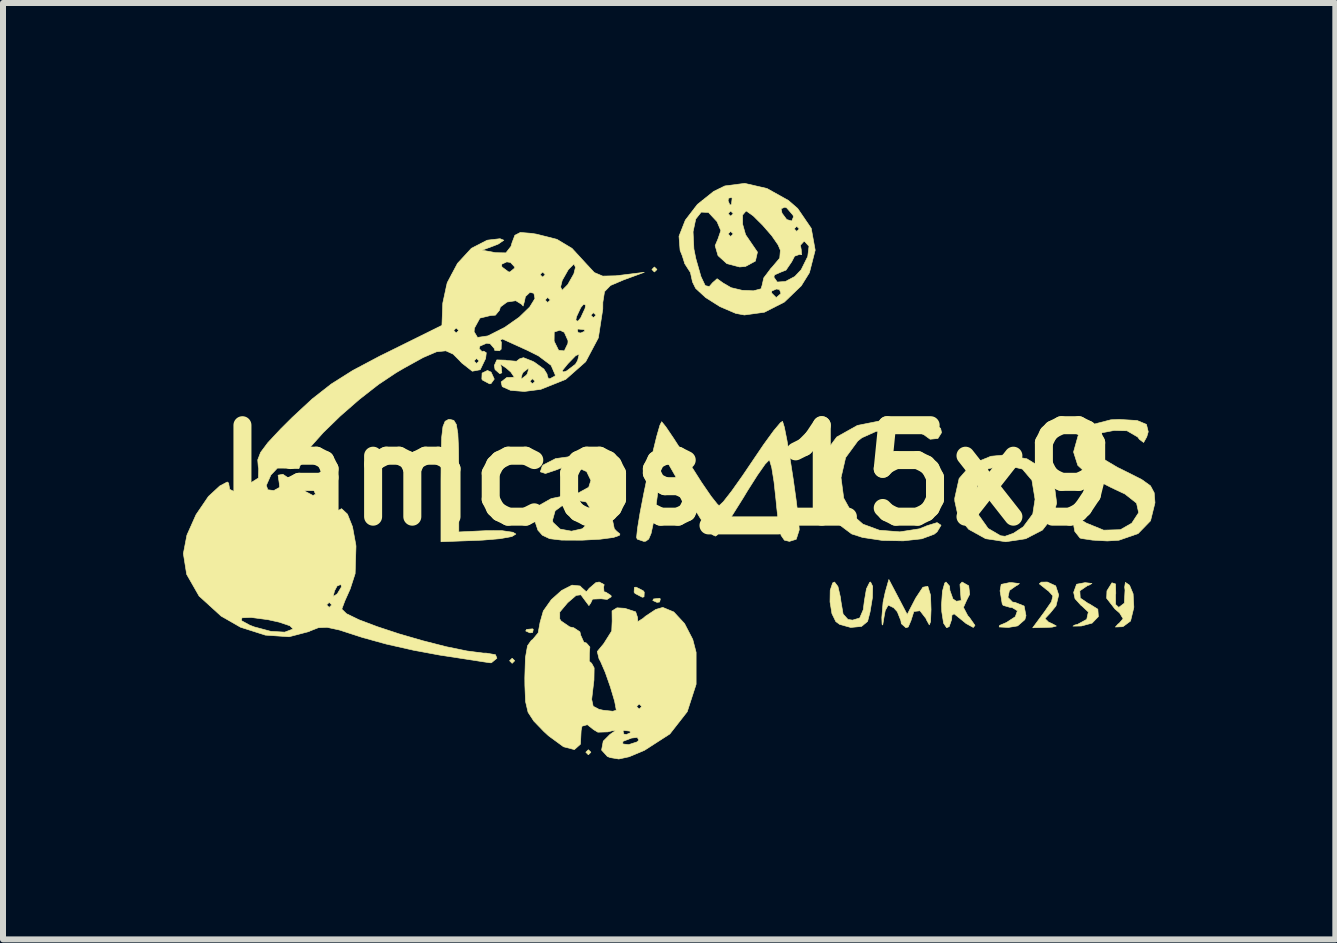
<source format=kicad_pcb>
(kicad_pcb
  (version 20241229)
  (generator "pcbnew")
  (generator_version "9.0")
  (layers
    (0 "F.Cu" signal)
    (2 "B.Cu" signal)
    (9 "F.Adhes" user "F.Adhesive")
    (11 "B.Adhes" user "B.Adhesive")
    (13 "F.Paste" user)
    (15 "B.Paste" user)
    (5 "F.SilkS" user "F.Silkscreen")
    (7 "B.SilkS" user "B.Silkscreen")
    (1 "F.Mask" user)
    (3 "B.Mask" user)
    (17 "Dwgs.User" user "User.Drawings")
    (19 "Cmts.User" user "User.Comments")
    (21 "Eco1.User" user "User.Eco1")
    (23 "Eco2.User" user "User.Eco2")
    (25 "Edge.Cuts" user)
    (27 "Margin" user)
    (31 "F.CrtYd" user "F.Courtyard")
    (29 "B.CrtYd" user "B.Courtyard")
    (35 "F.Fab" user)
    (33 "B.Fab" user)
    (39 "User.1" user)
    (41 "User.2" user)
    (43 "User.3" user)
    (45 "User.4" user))
  (footprint "lamcos_15x9"
    (layer "F.Cu")
    (at 8.065 4.869)
    (property "Reference" "lamcos_15x9" (at 0 0 0) (layer "F.SilkS") (effects (font (size 1.524 1.524) (thickness 0.3))))
    (attr through_hole)
    (fp_poly (pts (xy -6.943 -0.042) (xy -6.985 0) (xy -7.027 -0.042) (xy -6.985 -0.085) (xy -6.943 -0.042)) (stroke (width 0.01) (type solid)) (fill yes) (layer "F.SilkS"))
    (fp_poly (pts (xy -2.54 3.09) (xy -2.582 3.133) (xy -2.625 3.09) (xy -2.582 3.048) (xy -2.54 3.09)) (stroke (width 0.01) (type solid)) (fill yes) (layer "F.SilkS"))
    (fp_poly (pts (xy -1.27 4.614) (xy -1.312 4.657) (xy -1.355 4.614) (xy -1.312 4.572) (xy -1.27 4.614)) (stroke (width 0.01) (type solid)) (fill yes) (layer "F.SilkS"))
    (fp_poly (pts (xy -0.169 -3.429) (xy -0.212 -3.387) (xy -0.254 -3.429) (xy -0.212 -3.471) (xy -0.169 -3.429)) (stroke (width 0.01) (type solid)) (fill yes) (layer "F.SilkS"))
    (fp_poly (pts (xy -2.23 2.568) (xy -2.241 2.619) (xy -2.286 2.625) (xy -2.356 2.594) (xy -2.342 2.568) (xy -2.242 2.558) (xy -2.23 2.568)) (stroke (width 0.01) (type solid)) (fill yes) (layer "F.SilkS"))
    (fp_poly (pts (xy -0.113 2.06) (xy -0.125 2.111) (xy -0.169 2.117) (xy -0.239 2.086) (xy -0.226 2.06) (xy -0.125 2.05) (xy -0.113 2.06)) (stroke (width 0.01) (type solid)) (fill yes) (layer "F.SilkS"))
    (fp_poly (pts (xy -2.933 -1.719) (xy -2.88 -1.603) (xy -2.935 -1.527) (xy -2.958 -1.524) (xy -3.074 -1.585) (xy -3.087 -1.603) (xy -3.083 -1.703) (xy -2.993 -1.747) (xy -2.933 -1.719)) (stroke (width 0.01) (type solid)) (fill yes) (layer "F.SilkS"))
    (fp_poly (pts (xy -0.398 1.924) (xy -0.381 1.947) (xy -0.385 2.025) (xy -0.413 2.032) (xy -0.533 1.97) (xy -0.55 1.947) (xy -0.546 1.869) (xy -0.518 1.863) (xy -0.398 1.924)) (stroke (width 0.01) (type solid)) (fill yes) (layer "F.SilkS"))
    (fp_poly (pts (xy 6.474 1.842) (xy 6.524 1.994) (xy 6.479 2.176) (xy 6.384 2.293) (xy 6.296 2.387) (xy 6.355 2.446) (xy 6.405 2.467) (xy 6.485 2.511) (xy 6.415 2.53) (xy 6.326 2.534) (xy 6.091 2.54) (xy 6.284 2.279) (xy 6.404 2.106) (xy 6.427 2.009) (xy 6.356 1.93) (xy 6.313 1.898) (xy 6.201 1.808) (xy 6.234 1.78) (xy 6.334 1.778) (xy 6.474 1.842)) (stroke (width 0.01) (type solid)) (fill yes) (layer "F.SilkS"))
    (fp_poly (pts (xy 7.078 1.802) (xy 7.03 1.83) (xy 7.006 1.836) (xy 6.876 1.925) (xy 6.883 2.045) (xy 7.021 2.139) (xy 7.035 2.143) (xy 7.176 2.231) (xy 7.185 2.354) (xy 7.08 2.463) (xy 6.9 2.511) (xy 6.762 2.513) (xy 6.793 2.494) (xy 6.837 2.484) (xy 6.991 2.4) (xy 7.018 2.278) (xy 6.907 2.174) (xy 6.9 2.171) (xy 6.796 2.056) (xy 6.773 1.95) (xy 6.822 1.815) (xy 6.964 1.788) (xy 7.078 1.802)) (stroke (width 0.01) (type solid)) (fill yes) (layer "F.SilkS"))
    (fp_poly (pts (xy -3.554 -0.915) (xy -3.512 -0.847) (xy -3.487 -0.698) (xy -3.475 -0.44) (xy -3.471 -0.044) (xy -3.471 0.006) (xy -3.471 0.944) (xy -3.006 0.922) (xy -2.747 0.923) (xy -2.569 0.949) (xy -2.52 0.979) (xy -2.586 1.02) (xy -2.783 1.056) (xy -3.07 1.08) (xy -3.133 1.083) (xy -3.768 1.107) (xy -3.768 0.088) (xy -3.765 -0.344) (xy -3.756 -0.635) (xy -3.735 -0.811) (xy -3.699 -0.9) (xy -3.644 -0.93) (xy -3.619 -0.931) (xy -3.554 -0.915)) (stroke (width 0.01) (type solid)) (fill yes) (layer "F.SilkS"))
    (fp_poly (pts (xy 3.425 1.851) (xy 3.421 2.035) (xy 3.381 2.277) (xy 3.34 2.434) (xy 3.239 2.518) (xy 3.059 2.535) (xy 2.876 2.485) (xy 2.811 2.438) (xy 2.746 2.305) (xy 2.714 2.109) (xy 2.717 1.916) (xy 2.758 1.793) (xy 2.789 1.778) (xy 2.846 1.853) (xy 2.889 2.039) (xy 2.895 2.095) (xy 2.932 2.312) (xy 3.013 2.402) (xy 3.09 2.413) (xy 3.209 2.377) (xy 3.268 2.239) (xy 3.286 2.095) (xy 3.321 1.891) (xy 3.375 1.783) (xy 3.39 1.778) (xy 3.425 1.851)) (stroke (width 0.01) (type solid)) (fill yes) (layer "F.SilkS"))
    (fp_poly (pts (xy 7.704 1.831) (xy 7.764 1.975) (xy 7.776 2.195) (xy 7.774 2.211) (xy 7.721 2.428) (xy 7.6 2.518) (xy 7.578 2.523) (xy 7.469 2.528) (xy 7.513 2.478) (xy 7.531 2.466) (xy 7.597 2.389) (xy 7.539 2.294) (xy 7.462 2.228) (xy 7.323 2.049) (xy 7.328 1.925) (xy 7.411 1.791) (xy 7.471 1.81) (xy 7.475 1.968) (xy 7.471 1.99) (xy 7.472 2.152) (xy 7.525 2.201) (xy 7.618 2.13) (xy 7.629 1.914) (xy 7.623 1.863) (xy 7.635 1.784) (xy 7.704 1.831)) (stroke (width 0.01) (type solid)) (fill yes) (layer "F.SilkS"))
    (fp_poly (pts (xy 5.744 1.788) (xy 5.87 1.804) (xy 5.832 1.833) (xy 5.821 1.836) (xy 5.703 1.919) (xy 5.678 2.034) (xy 5.754 2.112) (xy 5.795 2.117) (xy 5.948 2.178) (xy 5.979 2.339) (xy 5.96 2.405) (xy 5.84 2.509) (xy 5.685 2.535) (xy 5.532 2.527) (xy 5.54 2.5) (xy 5.652 2.453) (xy 5.801 2.356) (xy 5.836 2.257) (xy 5.747 2.203) (xy 5.715 2.201) (xy 5.598 2.167) (xy 5.582 2.138) (xy 5.561 2.007) (xy 5.547 1.926) (xy 5.566 1.817) (xy 5.708 1.787) (xy 5.744 1.788)) (stroke (width 0.01) (type solid)) (fill yes) (layer "F.SilkS"))
    (fp_poly (pts (xy 5.025 1.841) (xy 5.041 1.982) (xy 4.991 2.08) (xy 4.937 2.201) (xy 5.008 2.337) (xy 5.039 2.372) (xy 5.129 2.501) (xy 5.101 2.535) (xy 4.982 2.47) (xy 4.896 2.4) (xy 4.781 2.307) (xy 4.744 2.332) (xy 4.741 2.4) (xy 4.699 2.521) (xy 4.657 2.54) (xy 4.606 2.464) (xy 4.576 2.273) (xy 4.572 2.159) (xy 4.587 1.932) (xy 4.625 1.795) (xy 4.647 1.778) (xy 4.706 1.847) (xy 4.711 1.917) (xy 4.762 2.06) (xy 4.818 2.098) (xy 4.899 2.087) (xy 4.889 1.959) (xy 4.879 1.818) (xy 4.914 1.778) (xy 5.025 1.841)) (stroke (width 0.01) (type solid)) (fill yes) (layer "F.SilkS"))
    (fp_poly (pts (xy 3.847 2.027) (xy 4 2.319) (xy 4.142 2.045) (xy 4.261 1.865) (xy 4.343 1.849) (xy 4.389 1.997) (xy 4.397 2.237) (xy 4.389 2.44) (xy 4.368 2.492) (xy 4.322 2.409) (xy 4.313 2.386) (xy 4.213 2.257) (xy 4.111 2.269) (xy 4.064 2.416) (xy 4.064 2.418) (xy 4.017 2.527) (xy 3.979 2.54) (xy 3.902 2.472) (xy 3.895 2.423) (xy 3.835 2.273) (xy 3.774 2.206) (xy 3.683 2.163) (xy 3.634 2.253) (xy 3.617 2.344) (xy 3.592 2.494) (xy 3.581 2.482) (xy 3.577 2.371) (xy 3.598 2.114) (xy 3.634 1.947) (xy 3.694 1.736) (xy 3.847 2.027)) (stroke (width 0.01) (type solid)) (fill yes) (layer "F.SilkS"))
    (fp_poly (pts (xy 5.994 -0.275) (xy 6.277 -0.101) (xy 6.45 0.154) (xy 6.49 0.462) (xy 6.434 0.679) (xy 6.254 0.912) (xy 5.974 1.057) (xy 5.642 1.107) (xy 5.307 1.056) (xy 5.025 0.9) (xy 4.85 0.691) (xy 4.793 0.431) (xy 4.792 0.4) (xy 5.131 0.4) (xy 5.192 0.665) (xy 5.348 0.885) (xy 5.556 1.007) (xy 5.63 1.016) (xy 5.77 0.966) (xy 5.934 0.858) (xy 6.092 0.645) (xy 6.13 0.4) (xy 6.078 0.083) (xy 5.919 -0.104) (xy 5.646 -0.169) (xy 5.63 -0.169) (xy 5.353 -0.11) (xy 5.188 0.071) (xy 5.131 0.382) (xy 5.131 0.4) (xy 4.792 0.4) (xy 4.792 0.381) (xy 4.865 0.053) (xy 5.072 -0.185) (xy 5.394 -0.317) (xy 5.624 -0.339) (xy 5.994 -0.275)) (stroke (width 0.01) (type solid)) (fill yes) (layer "F.SilkS"))
    (fp_poly (pts (xy 4.215 -0.917) (xy 4.448 -0.869) (xy 4.557 -0.781) (xy 4.572 -0.711) (xy 4.511 -0.613) (xy 4.382 -0.601) (xy 4.276 -0.677) (xy 4.167 -0.727) (xy 3.949 -0.757) (xy 3.81 -0.762) (xy 3.482 -0.732) (xy 3.246 -0.626) (xy 3.177 -0.572) (xy 2.974 -0.295) (xy 2.897 0.039) (xy 2.942 0.38) (xy 3.106 0.677) (xy 3.262 0.814) (xy 3.536 0.915) (xy 3.878 0.942) (xy 4.206 0.891) (xy 4.33 0.84) (xy 4.498 0.788) (xy 4.564 0.832) (xy 4.498 0.942) (xy 4.45 0.981) (xy 4.243 1.058) (xy 3.935 1.092) (xy 3.585 1.085) (xy 3.255 1.035) (xy 3.075 0.977) (xy 2.794 0.767) (xy 2.609 0.441) (xy 2.54 0.036) (xy 2.54 0.023) (xy 2.613 -0.351) (xy 2.826 -0.638) (xy 3.17 -0.831) (xy 3.635 -0.924) (xy 3.837 -0.931) (xy 4.215 -0.917)) (stroke (width 0.01) (type solid)) (fill yes) (layer "F.SilkS"))
    (fp_poly (pts (xy 7.831 -0.913) (xy 7.986 -0.848) (xy 8.016 -0.725) (xy 7.991 -0.64) (xy 7.939 -0.547) (xy 7.87 -0.598) (xy 7.839 -0.639) (xy 7.662 -0.742) (xy 7.447 -0.747) (xy 7.246 -0.709) (xy 7.166 -0.62) (xy 7.154 -0.508) (xy 7.182 -0.375) (xy 7.286 -0.261) (xy 7.501 -0.133) (xy 7.641 -0.064) (xy 7.907 0.07) (xy 8.053 0.175) (xy 8.115 0.291) (xy 8.128 0.454) (xy 8.128 0.459) (xy 8.054 0.758) (xy 7.847 0.971) (xy 7.527 1.082) (xy 7.333 1.094) (xy 7.087 1.08) (xy 6.907 1.053) (xy 6.879 1.045) (xy 6.792 0.935) (xy 6.773 0.83) (xy 6.785 0.716) (xy 6.85 0.714) (xy 6.982 0.795) (xy 7.273 0.914) (xy 7.552 0.906) (xy 7.741 0.798) (xy 7.856 0.622) (xy 7.821 0.464) (xy 7.628 0.312) (xy 7.405 0.207) (xy 7.047 0.025) (xy 6.842 -0.166) (xy 6.773 -0.383) (xy 6.773 -0.394) (xy 6.847 -0.658) (xy 7.059 -0.839) (xy 7.393 -0.925) (xy 7.53 -0.931) (xy 7.831 -0.913)) (stroke (width 0.01) (type solid)) (fill yes) (layer "F.SilkS"))
    (fp_poly (pts (xy -1.297 -0.285) (xy -1.145 -0.221) (xy -1.023 -0.121) (xy -0.959 0.009) (xy -0.934 0.222) (xy -0.931 0.425) (xy -0.917 0.713) (xy -0.88 0.891) (xy -0.842 0.931) (xy -0.786 0.978) (xy -0.795 1.001) (xy -0.895 1.036) (xy -1.117 1.065) (xy -1.415 1.081) (xy -1.433 1.081) (xy -1.757 1.08) (xy -1.957 1.056) (xy -2.078 0.999) (xy -2.153 0.914) (xy -2.207 0.751) (xy -1.91 0.751) (xy -1.901 0.785) (xy -1.783 0.896) (xy -1.593 0.931) (xy -1.411 0.89) (xy -1.321 0.797) (xy -1.272 0.566) (xy -1.347 0.445) (xy -1.465 0.423) (xy -1.703 0.471) (xy -1.866 0.592) (xy -1.91 0.751) (xy -2.207 0.751) (xy -2.224 0.697) (xy -2.145 0.509) (xy -1.935 0.39) (xy -1.903 0.382) (xy -1.643 0.328) (xy -1.482 0.295) (xy -1.307 0.2) (xy -1.27 0.085) (xy -1.341 -0.062) (xy -1.516 -0.14) (xy -1.739 -0.132) (xy -1.862 -0.085) (xy -2.027 -0.03) (xy -2.113 -0.058) (xy -2.081 -0.153) (xy -2.061 -0.174) (xy -1.859 -0.278) (xy -1.578 -0.317) (xy -1.297 -0.285)) (stroke (width 0.01) (type solid)) (fill yes) (layer "F.SilkS"))
    (fp_poly (pts (xy 1.953 -0.802) (xy 1.997 -0.581) (xy 2.048 -0.277) (xy 2.101 0.064) (xy 2.148 0.401) (xy 2.184 0.69) (xy 2.2 0.888) (xy 2.201 0.91) (xy 2.151 1.066) (xy 2.038 1.101) (xy 1.954 1.081) (xy 1.898 1) (xy 1.858 0.824) (xy 1.824 0.52) (xy 1.815 0.423) (xy 1.781 0.109) (xy 1.743 -0.128) (xy 1.708 -0.247) (xy 1.699 -0.254) (xy 1.633 -0.186) (xy 1.506 -0.005) (xy 1.34 0.256) (xy 1.266 0.379) (xy 1.087 0.664) (xy 0.933 0.882) (xy 0.827 1.001) (xy 0.804 1.013) (xy 0.752 0.988) (xy 0.674 0.896) (xy 0.555 0.719) (xy 0.384 0.437) (xy 0.149 0.032) (xy 0.07 -0.106) (xy -0.072 -0.355) (xy -0.125 0.056) (xy -0.183 0.491) (xy -0.228 0.786) (xy -0.267 0.968) (xy -0.307 1.062) (xy -0.354 1.097) (xy -0.388 1.101) (xy -0.497 1.064) (xy -0.509 1.037) (xy -0.493 0.882) (xy -0.451 0.626) (xy -0.389 0.305) (xy -0.317 -0.039) (xy -0.242 -0.37) (xy -0.174 -0.648) (xy -0.12 -0.835) (xy -0.091 -0.893) (xy -0.022 -0.808) (xy 0.11 -0.613) (xy 0.285 -0.341) (xy 0.387 -0.176) (xy 0.574 0.119) (xy 0.732 0.349) (xy 0.839 0.484) (xy 0.867 0.506) (xy 0.937 0.44) (xy 1.076 0.262) (xy 1.261 0.001) (xy 1.407 -0.215) (xy 1.608 -0.512) (xy 1.775 -0.742) (xy 1.888 -0.876) (xy 1.923 -0.899) (xy 1.953 -0.802)) (stroke (width 0.01) (type solid)) (fill yes) (layer "F.SilkS"))
    (fp_poly (pts (xy -1.049 1.821) (xy -1.058 1.863) (xy -1.052 1.941) (xy -1.021 1.947) (xy -0.935 2.003) (xy -0.931 2.024) (xy -0.999 2.068) (xy -1.101 2.057) (xy -1.243 2.063) (xy -1.273 2.128) (xy -1.303 2.171) (xy -1.365 2.088) (xy -1.437 1.991) (xy -1.516 2.001) (xy -1.658 2.123) (xy -1.789 2.279) (xy -1.789 2.394) (xy -1.767 2.427) (xy -1.622 2.526) (xy -1.556 2.54) (xy -1.453 2.608) (xy -1.439 2.667) (xy -1.388 2.78) (xy -1.345 2.794) (xy -1.287 2.861) (xy -1.295 2.963) (xy -1.297 3.098) (xy -1.257 3.133) (xy -1.216 3.209) (xy -1.219 3.411) (xy -1.23 3.502) (xy -1.257 3.733) (xy -1.232 3.848) (xy -1.135 3.899) (xy -1.066 3.914) (xy -0.905 3.931) (xy -0.847 3.914) (xy -0.858 3.852) (xy -0.508 3.852) (xy -0.466 3.895) (xy -0.423 3.852) (xy -0.466 3.81) (xy -0.508 3.852) (xy -0.858 3.852) (xy -0.875 3.763) (xy -0.945 3.528) (xy -1.031 3.283) (xy -1.11 3.1) (xy -1.134 3.059) (xy -1.164 2.936) (xy -1.056 2.805) (xy -0.923 2.594) (xy -0.916 2.428) (xy -0.918 2.259) (xy -0.835 2.208) (xy -0.705 2.216) (xy -0.524 2.275) (xy -0.493 2.368) (xy -0.489 2.438) (xy -0.404 2.386) (xy -0.359 2.347) (xy -0.189 2.235) (xy -0.072 2.201) (xy 0.111 2.277) (xy 0.29 2.47) (xy 0.427 2.734) (xy 0.483 2.95) (xy 0.483 3.482) (xy 0.335 3.939) (xy 0.045 4.31) (xy -0.377 4.582) (xy -0.635 4.69) (xy -0.805 4.727) (xy -0.948 4.703) (xy -0.995 4.685) (xy -1.092 4.578) (xy -1.065 4.434) (xy -0.739 4.434) (xy -0.737 4.476) (xy -0.64 4.487) (xy -0.499 4.441) (xy -0.471 4.411) (xy -0.498 4.367) (xy -0.593 4.378) (xy -0.739 4.434) (xy -1.065 4.434) (xy -1.063 4.428) (xy -0.953 4.318) (xy -0.872 4.262) (xy -0.734 4.262) (xy -0.722 4.312) (xy -0.677 4.318) (xy -0.608 4.287) (xy -0.621 4.262) (xy -0.721 4.251) (xy -0.734 4.262) (xy -0.872 4.262) (xy -0.862 4.254) (xy -0.919 4.257) (xy -0.988 4.275) (xy -1.154 4.28) (xy -1.226 4.237) (xy -1.329 4.155) (xy -1.418 4.18) (xy -1.433 4.255) (xy -1.444 4.48) (xy -1.545 4.57) (xy -1.726 4.523) (xy -1.976 4.34) (xy -2.056 4.266) (xy -2.222 4.094) (xy -2.317 3.948) (xy -2.359 3.769) (xy -2.37 3.499) (xy -2.371 3.374) (xy -2.361 3.039) (xy -2.326 2.84) (xy -2.261 2.748) (xy -2.244 2.74) (xy -2.149 2.626) (xy -2.117 2.451) (xy -2.063 2.261) (xy -1.93 2.073) (xy -1.757 1.918) (xy -1.584 1.83) (xy -1.45 1.844) (xy -1.426 1.869) (xy -1.345 1.941) (xy -1.299 1.884) (xy -1.187 1.788) (xy -1.131 1.778) (xy -1.049 1.821)) (stroke (width 0.01) (type solid)) (fill yes) (layer "F.SilkS"))
    (fp_poly (pts (xy 1.663 -4.779) (xy 2.02 -4.58) (xy 2.175 -4.446) (xy 2.401 -4.115) (xy 2.467 -3.751) (xy 2.371 -3.376) (xy 2.235 -3.157) (xy 1.953 -2.886) (xy 1.621 -2.717) (xy 1.287 -2.671) (xy 1.143 -2.698) (xy 0.881 -2.81) (xy 0.642 -2.961) (xy 0.527 -3.067) (xy 1.738 -3.067) (xy 1.744 -3.034) (xy 1.814 -2.964) (xy 1.82 -2.963) (xy 1.888 -3.021) (xy 1.896 -3.034) (xy 1.871 -3.096) (xy 1.82 -3.104) (xy 1.738 -3.067) (xy 0.527 -3.067) (xy 0.475 -3.115) (xy 0.423 -3.221) (xy 0.388 -3.38) (xy 0.36 -3.422) (xy 0.291 -3.53) (xy 0.289 -3.542) (xy 0.252 -3.659) (xy 0.216 -3.748) (xy 0.198 -3.983) (xy 0.227 -4.057) (xy 0.432 -4.057) (xy 0.446 -3.771) (xy 0.478 -3.611) (xy 0.564 -3.31) (xy 0.635 -3.16) (xy 0.703 -3.145) (xy 0.756 -3.207) (xy 0.833 -3.275) (xy 0.932 -3.204) (xy 1.066 -3.126) (xy 1.255 -3.081) (xy 1.44 -3.074) (xy 1.564 -3.107) (xy 1.582 -3.164) (xy 1.61 -3.289) (xy 1.62 -3.302) (xy 1.778 -3.302) (xy 1.835 -3.22) (xy 1.97 -3.229) (xy 2.127 -3.312) (xy 2.234 -3.426) (xy 2.343 -3.646) (xy 2.364 -3.816) (xy 2.293 -3.894) (xy 2.277 -3.895) (xy 2.221 -3.833) (xy 2.234 -3.763) (xy 2.241 -3.675) (xy 2.206 -3.68) (xy 2.124 -3.651) (xy 2.075 -3.557) (xy 1.981 -3.419) (xy 1.899 -3.387) (xy 1.79 -3.339) (xy 1.778 -3.302) (xy 1.62 -3.302) (xy 1.731 -3.45) (xy 1.744 -3.462) (xy 1.876 -3.618) (xy 1.887 -3.749) (xy 1.849 -3.839) (xy 1.744 -3.991) (xy 1.644 -4.106) (xy 2.117 -4.106) (xy 2.159 -4.064) (xy 2.201 -4.106) (xy 2.159 -4.149) (xy 2.117 -4.106) (xy 1.644 -4.106) (xy 1.59 -4.168) (xy 1.435 -4.322) (xy 1.325 -4.4) (xy 1.314 -4.403) (xy 1.257 -4.336) (xy 1.258 -4.183) (xy 1.307 -4.009) (xy 1.39 -3.887) (xy 1.505 -3.719) (xy 1.471 -3.569) (xy 1.306 -3.48) (xy 1.208 -3.471) (xy 0.996 -3.526) (xy 0.848 -3.66) (xy 0.8 -3.826) (xy 0.847 -3.937) (xy 0.876 -4.022) (xy 1.016 -4.022) (xy 1.058 -3.979) (xy 1.101 -4.022) (xy 1.058 -4.064) (xy 1.016 -4.022) (xy 0.876 -4.022) (xy 0.895 -4.077) (xy 0.831 -4.227) (xy 0.707 -4.36) (xy 1.016 -4.36) (xy 1.058 -4.318) (xy 1.101 -4.36) (xy 1.058 -4.403) (xy 1.016 -4.36) (xy 0.707 -4.36) (xy 0.69 -4.379) (xy 0.568 -4.385) (xy 0.477 -4.27) (xy 0.432 -4.057) (xy 0.227 -4.057) (xy 0.303 -4.251) (xy 0.449 -4.441) (xy 1.899 -4.441) (xy 1.914 -4.367) (xy 1.993 -4.261) (xy 2.077 -4.237) (xy 2.105 -4.306) (xy 2.097 -4.334) (xy 1.994 -4.454) (xy 1.963 -4.468) (xy 1.899 -4.441) (xy 0.449 -4.441) (xy 0.505 -4.514) (xy 0.578 -4.572) (xy 1.016 -4.572) (xy 1.047 -4.502) (xy 1.072 -4.516) (xy 1.083 -4.616) (xy 1.072 -4.628) (xy 1.022 -4.617) (xy 1.016 -4.572) (xy 0.578 -4.572) (xy 0.775 -4.73) (xy 0.961 -4.821) (xy 1.293 -4.864) (xy 1.663 -4.779)) (stroke (width 0.01) (type solid)) (fill yes) (layer "F.SilkS"))
    (fp_poly (pts (xy -2.258 -4.031) (xy -2.177 -4.018) (xy -1.837 -3.932) (xy -1.585 -3.781) (xy -1.346 -3.521) (xy -1.213 -3.378) (xy -1.073 -3.319) (xy -0.856 -3.324) (xy -0.771 -3.334) (xy -0.381 -3.382) (xy -0.727 -3.255) (xy -0.943 -3.163) (xy -1.043 -3.06) (xy -1.071 -2.882) (xy -1.072 -2.77) (xy -1.146 -2.29) (xy -1.357 -1.892) (xy -1.69 -1.598) (xy -2.105 -1.432) (xy -2.378 -1.397) (xy -2.607 -1.415) (xy -2.747 -1.477) (xy -2.766 -1.555) (xy -2.752 -1.566) (xy -2.286 -1.566) (xy -2.244 -1.524) (xy -2.201 -1.566) (xy -2.244 -1.609) (xy -2.286 -1.566) (xy -2.752 -1.566) (xy -2.691 -1.614) (xy -2.435 -1.614) (xy -2.423 -1.609) (xy -2.346 -1.668) (xy -2.328 -1.693) (xy -2.307 -1.772) (xy -2.318 -1.778) (xy -2.396 -1.718) (xy -2.413 -1.693) (xy -2.435 -1.614) (xy -2.691 -1.614) (xy -2.669 -1.631) (xy -2.635 -1.63) (xy -2.546 -1.634) (xy -2.604 -1.72) (xy -2.683 -1.789) (xy -2.777 -1.851) (xy -2.763 -1.799) (xy -2.754 -1.707) (xy -2.789 -1.693) (xy -2.867 -1.762) (xy -2.879 -1.83) (xy -2.837 -1.923) (xy -2.689 -1.918) (xy -2.667 -1.913) (xy -2.51 -1.9) (xy -2.455 -1.942) (xy -2.393 -1.96) (xy -2.239 -1.899) (xy -2.208 -1.882) (xy -2.053 -1.77) (xy -1.998 -1.682) (xy -2.001 -1.674) (xy -1.979 -1.612) (xy -1.952 -1.609) (xy -1.867 -1.655) (xy -1.864 -1.672) (xy -1.894 -1.742) (xy -1.749 -1.742) (xy -1.726 -1.721) (xy -1.674 -1.739) (xy -1.528 -1.85) (xy -1.491 -1.912) (xy -1.465 -2.018) (xy -1.523 -1.994) (xy -1.654 -1.859) (xy -1.749 -1.742) (xy -1.894 -1.742) (xy -1.933 -1.832) (xy -2.144 -1.99) (xy -2.328 -2.082) (xy -2.553 -2.184) (xy -2.677 -2.241) (xy -1.883 -2.241) (xy -1.881 -2.231) (xy -1.808 -2.083) (xy -1.713 -2.073) (xy -1.653 -2.198) (xy -1.651 -2.243) (xy -1.713 -2.382) (xy -1.786 -2.417) (xy -1.881 -2.388) (xy -1.883 -2.241) (xy -2.677 -2.241) (xy -2.713 -2.257) (xy -2.742 -2.271) (xy -2.779 -2.253) (xy -2.762 -2.218) (xy -2.765 -2.101) (xy -2.793 -2.075) (xy -2.872 -2.081) (xy -2.879 -2.112) (xy -2.947 -2.191) (xy -3.006 -2.201) (xy -3.118 -2.153) (xy -3.133 -2.112) (xy -3.082 -2.059) (xy -3.056 -2.069) (xy -3.013 -2.042) (xy -3.024 -1.946) (xy -3.114 -1.759) (xy -3.246 -1.734) (xy -3.423 -1.873) (xy -3.444 -1.897) (xy -3.452 -1.905) (xy -3.217 -1.905) (xy -3.175 -1.863) (xy -3.133 -1.905) (xy -3.175 -1.947) (xy -3.217 -1.905) (xy -3.452 -1.905) (xy -3.565 -2.019) (xy -3.687 -2.074) (xy -3.842 -2.058) (xy -4.064 -1.963) (xy -4.386 -1.785) (xy -4.516 -1.709) (xy -4.81 -1.513) (xy -5.13 -1.263) (xy -5.445 -0.988) (xy -5.727 -0.714) (xy -5.946 -0.469) (xy -6.075 -0.281) (xy -6.096 -0.21) (xy -6.135 -0.111) (xy -6.277 -0.112) (xy -6.304 -0.119) (xy -6.493 -0.12) (xy -6.601 -0.006) (xy -6.678 0.168) (xy -6.653 0.241) (xy -6.553 0.254) (xy -6.456 0.201) (xy -6.462 0.135) (xy -6.482 -0.002) (xy -6.402 -0.017) (xy -6.24 0.091) (xy -6.194 0.132) (xy -6.021 0.272) (xy -5.899 0.337) (xy -5.858 0.314) (xy -5.884 0.255) (xy -5.87 0.207) (xy -5.804 0.222) (xy -5.689 0.307) (xy -5.673 0.353) (xy -5.619 0.392) (xy -5.579 0.375) (xy -5.521 0.384) (xy -5.542 0.519) (xy -5.565 0.64) (xy -5.523 0.61) (xy -5.424 0.556) (xy -5.326 0.647) (xy -5.242 0.857) (xy -5.186 1.162) (xy -5.184 1.186) (xy -5.198 1.639) (xy -5.281 1.895) (xy -5.37 2.094) (xy -5.417 2.22) (xy -5.419 2.231) (xy -5.342 2.306) (xy -5.134 2.407) (xy -4.829 2.522) (xy -4.462 2.643) (xy -4.068 2.757) (xy -3.68 2.856) (xy -3.334 2.927) (xy -3.063 2.962) (xy -3.01 2.963) (xy -2.86 2.989) (xy -2.836 3.048) (xy -2.927 3.123) (xy -2.947 3.124) (xy -3.052 3.109) (xy -3.283 3.073) (xy -3.601 3.024) (xy -3.786 2.996) (xy -4.223 2.915) (xy -4.682 2.811) (xy -5.076 2.702) (xy -5.15 2.678) (xy -5.462 2.577) (xy -5.665 2.533) (xy -5.81 2.539) (xy -5.946 2.592) (xy -5.969 2.604) (xy -6.298 2.69) (xy -6.694 2.663) (xy -7.108 2.531) (xy -7.301 2.42) (xy -7.095 2.42) (xy -6.954 2.497) (xy -6.879 2.526) (xy -6.602 2.6) (xy -6.371 2.613) (xy -6.238 2.563) (xy -6.234 2.557) (xy -6.285 2.507) (xy -6.462 2.447) (xy -6.652 2.405) (xy -6.932 2.368) (xy -7.083 2.374) (xy -7.095 2.42) (xy -7.301 2.42) (xy -7.431 2.346) (xy -7.636 2.159) (xy -5.673 2.159) (xy -5.63 2.201) (xy -5.588 2.159) (xy -5.63 2.117) (xy -5.673 2.159) (xy -7.636 2.159) (xy -7.788 2.021) (xy -5.566 2.021) (xy -5.504 1.981) (xy -5.493 1.97) (xy -5.426 1.859) (xy -5.435 1.818) (xy -5.498 1.844) (xy -5.54 1.923) (xy -5.566 2.021) (xy -7.788 2.021) (xy -7.798 2.012) (xy -8.005 1.65) (xy -8.06 1.304) (xy -8.001 0.997) (xy -7.849 0.656) (xy -7.643 0.353) (xy -7.454 0.178) (xy -7.328 0.111) (xy -7.302 0.133) (xy -7.305 0.139) (xy -7.288 0.234) (xy -7.196 0.279) (xy -7.08 0.286) (xy -7.079 0.282) (xy -6.322 0.282) (xy -6.31 0.333) (xy -6.265 0.339) (xy -6.196 0.308) (xy -6.209 0.282) (xy -6.309 0.272) (xy -6.322 0.282) (xy -7.079 0.282) (xy -7.071 0.252) (xy -7.038 0.176) (xy -6.937 0.125) (xy -6.81 0.045) (xy -6.805 -0.111) (xy -6.812 -0.143) (xy -6.821 -0.257) (xy -6.773 -0.382) (xy -6.651 -0.545) (xy -6.434 -0.777) (xy -6.248 -0.962) (xy -5.915 -1.271) (xy -5.597 -1.52) (xy -5.239 -1.746) (xy -4.787 -1.986) (xy -4.691 -2.033) (xy -3.923 -2.413) (xy -3.556 -2.413) (xy -3.514 -2.371) (xy -3.493 -2.392) (xy -3.216 -2.392) (xy -3.159 -2.297) (xy -2.986 -2.323) (xy -2.78 -2.427) (xy -1.496 -2.427) (xy -1.484 -2.377) (xy -1.439 -2.371) (xy -1.37 -2.402) (xy -1.383 -2.427) (xy -1.483 -2.437) (xy -1.496 -2.427) (xy -2.78 -2.427) (xy -2.709 -2.463) (xy -2.539 -2.582) (xy -1.521 -2.582) (xy -1.486 -2.567) (xy -1.439 -2.625) (xy -1.42 -2.667) (xy -1.27 -2.667) (xy -1.228 -2.625) (xy -1.185 -2.667) (xy -1.228 -2.709) (xy -1.27 -2.667) (xy -1.42 -2.667) (xy -1.368 -2.779) (xy -1.357 -2.836) (xy -1.392 -2.851) (xy -1.439 -2.794) (xy -1.511 -2.64) (xy -1.521 -2.582) (xy -2.539 -2.582) (xy -2.466 -2.633) (xy -2.29 -2.803) (xy -2.217 -2.921) (xy -2.032 -2.921) (xy -1.99 -2.879) (xy -1.947 -2.921) (xy -1.99 -2.963) (xy -2.032 -2.921) (xy -2.217 -2.921) (xy -2.202 -2.946) (xy -2.22 -3.033) (xy -2.286 -3.048) (xy -2.361 -2.978) (xy -2.377 -2.9) (xy -2.399 -2.82) (xy -2.424 -2.849) (xy -2.521 -2.909) (xy -2.667 -2.887) (xy -2.778 -2.804) (xy -2.794 -2.749) (xy -2.861 -2.668) (xy -2.942 -2.662) (xy -3.119 -2.619) (xy -3.211 -2.451) (xy -3.216 -2.392) (xy -3.493 -2.392) (xy -3.471 -2.413) (xy -3.514 -2.455) (xy -3.556 -2.413) (xy -3.923 -2.413) (xy -3.752 -2.498) (xy -3.738 -2.868) (xy -3.68 -3.138) (xy -1.775 -3.138) (xy -1.749 -3.083) (xy -1.657 -3.176) (xy -1.654 -3.18) (xy -1.554 -3.357) (xy -1.527 -3.466) (xy -1.553 -3.521) (xy -1.645 -3.428) (xy -1.648 -3.424) (xy -1.748 -3.247) (xy -1.775 -3.138) (xy -3.68 -3.138) (xy -3.664 -3.208) (xy -3.592 -3.344) (xy -2.117 -3.344) (xy -2.074 -3.302) (xy -2.032 -3.344) (xy -2.074 -3.387) (xy -2.117 -3.344) (xy -3.592 -3.344) (xy -3.501 -3.515) (xy -2.76 -3.515) (xy -2.752 -3.471) (xy -2.643 -3.39) (xy -2.62 -3.387) (xy -2.542 -3.451) (xy -2.54 -3.471) (xy -2.609 -3.546) (xy -2.672 -3.556) (xy -2.76 -3.515) (xy -3.501 -3.515) (xy -3.494 -3.529) (xy -3.261 -3.782) (xy -3 -3.916) (xy -2.985 -3.919) (xy -2.784 -3.942) (xy -2.721 -3.917) (xy -2.809 -3.855) (xy -2.883 -3.825) (xy -3.082 -3.751) (xy -2.859 -3.709) (xy -2.686 -3.706) (xy -2.601 -3.815) (xy -2.585 -3.872) (xy -2.537 -3.999) (xy -2.446 -4.046) (xy -2.258 -4.031)) (stroke (width 0.01) (type solid)) (fill yes) (layer "F.SilkS")))
  (gr_rect
    (start -3 -3)
    (end 19.198 12.601)
    (stroke (width 0.1) (type default))
    (fill no)
    (layer "Edge.Cuts")))
</source>
